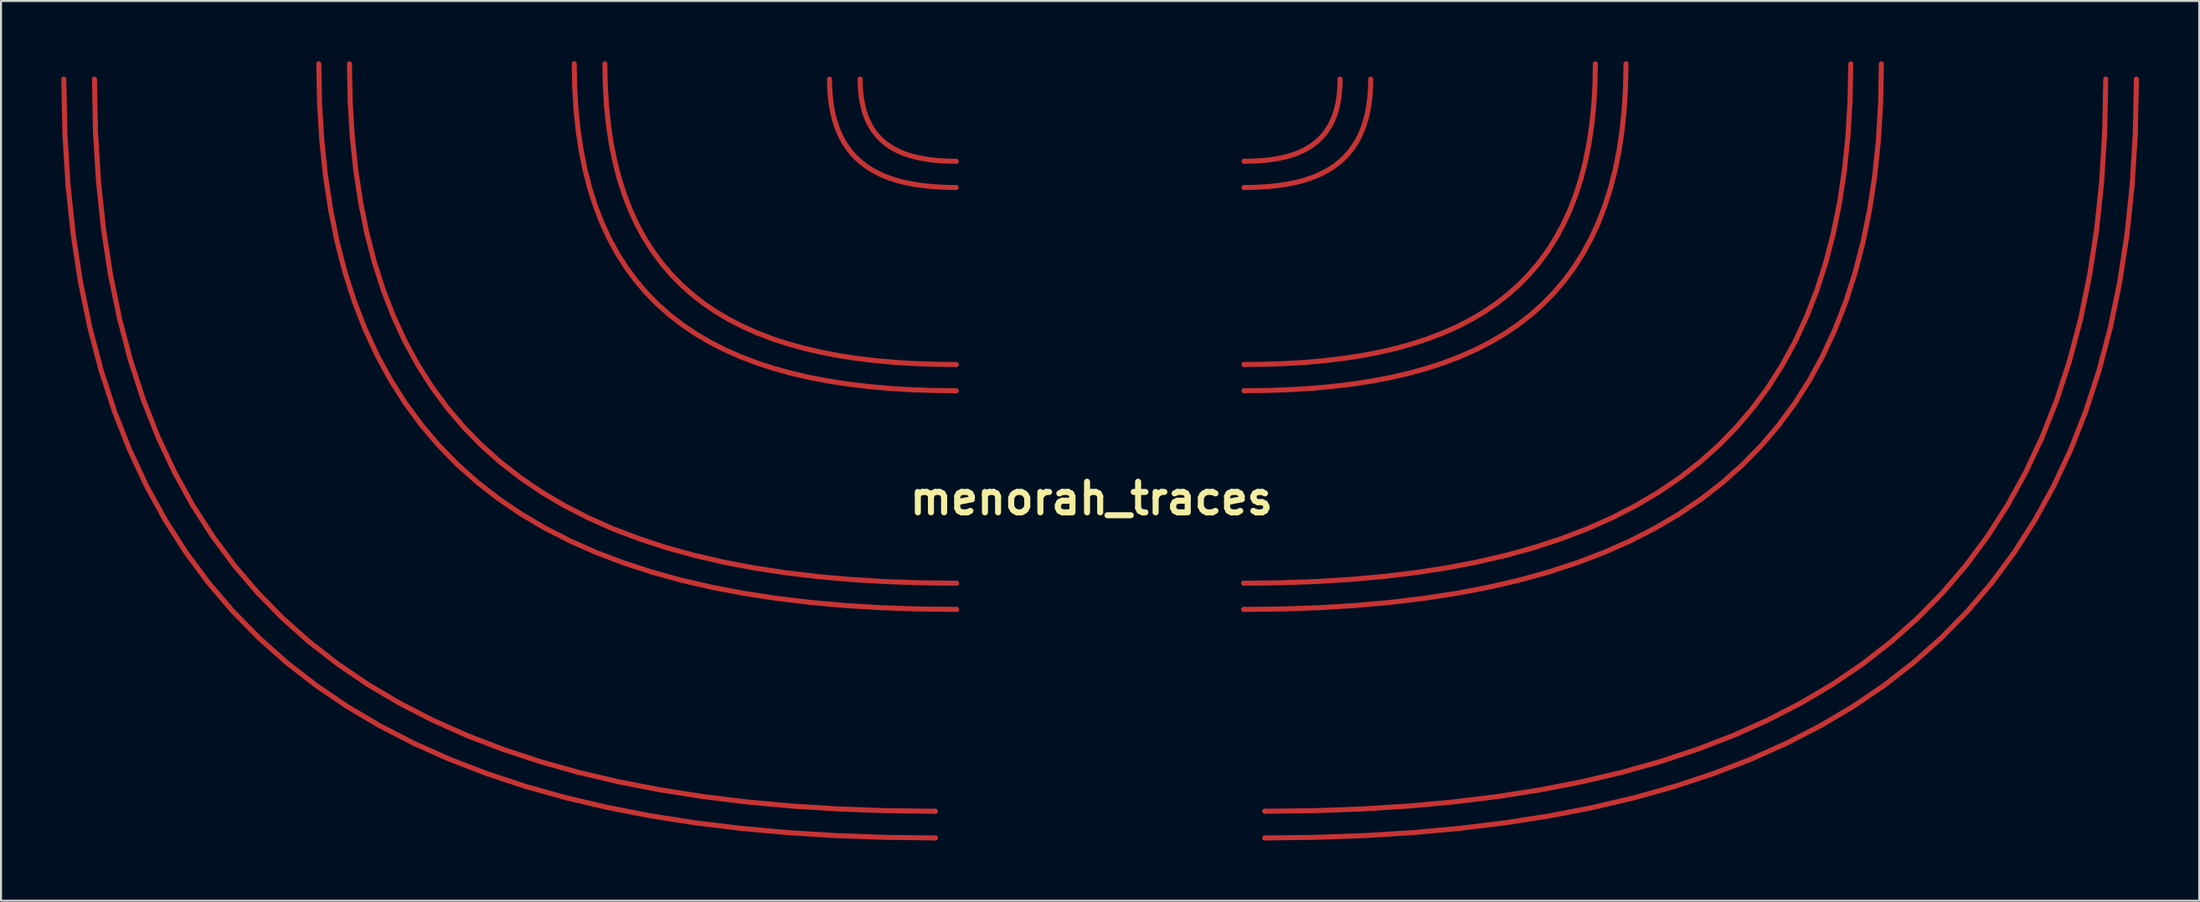
<source format=kicad_pcb>
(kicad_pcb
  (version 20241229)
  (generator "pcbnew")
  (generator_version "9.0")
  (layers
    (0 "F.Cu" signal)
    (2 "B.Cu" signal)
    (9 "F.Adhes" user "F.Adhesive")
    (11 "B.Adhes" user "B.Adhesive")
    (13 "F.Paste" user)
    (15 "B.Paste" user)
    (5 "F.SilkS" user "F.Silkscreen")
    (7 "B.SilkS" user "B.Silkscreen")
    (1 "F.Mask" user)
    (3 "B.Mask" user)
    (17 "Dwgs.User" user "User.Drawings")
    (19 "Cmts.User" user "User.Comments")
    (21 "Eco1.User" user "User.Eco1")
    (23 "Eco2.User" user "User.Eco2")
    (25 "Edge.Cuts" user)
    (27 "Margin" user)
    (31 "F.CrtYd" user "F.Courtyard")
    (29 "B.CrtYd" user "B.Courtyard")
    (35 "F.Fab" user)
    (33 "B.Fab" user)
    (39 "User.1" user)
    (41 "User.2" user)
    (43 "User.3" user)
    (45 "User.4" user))
  (footprint "menorah_traces"
    (layer "F.Cu")
    (at 51.248 21.771)
    (property "Reference" "menorah_traces" (at 0 0 0) (layer "F.SilkS") (effects (font (size 1.524 1.524) (thickness 0.3))))
    (attr through_hole)
    (pad "1" smd custom (at -51.123 -20.884) (size 0.25 0.25) (layers "F.Cu") (options (anchor circle)) (primitives (gr_line (start 0.053 2.711) (end 0.211 5.302) (width 0.25)) (gr_line (start 0.834 10.133) (end 1.297 12.378) (width 0.25)) (gr_line (start 3.269 18.453) (end 4.117 20.265) (width 0.25)) (gr_line (start 9.707 27.825) (end 11.084 29.051) (width 0.25)) (gr_line (start 11.084 29.051) (end 12.545 30.186) (width 0.25)) (gr_line (start 0.211 5.302) (end 0.472 7.775) (width 0.25)) (gr_line (start 12.545 30.186) (end 14.087 31.234) (width 0.25)) (gr_line (start 14.087 31.234) (end 15.71 32.195) (width 0.25)) (gr_line (start 15.71 32.195) (end 17.41 33.072) (width 0.25)) (gr_line (start 17.41 33.072) (end 19.187 33.867) (width 0.25)) (gr_line (start 0.472 7.775) (end 0.834 10.133) (width 0.25)) (gr_line (start 4.117 20.265) (end 5.056 21.974) (width 0.25)) (gr_line (start 5.056 21.974) (end 6.086 23.583) (width 0.25)) (gr_line (start 1.297 12.378) (end 1.858 14.511) (width 0.25)) (gr_line (start 2.516 16.535) (end 3.269 18.453) (width 0.25)) (gr_line (start 6.086 23.583) (end 7.206 25.093) (width 0.25)) (gr_line (start 7.206 25.093) (end 8.413 26.506) (width 0.25)) (gr_line (start 0.000331 0.001) (end 0.053 2.711) (width 0.25)) (gr_line (start 1.858 14.511) (end 2.516 16.535) (width 0.25)) (gr_line (start 8.413 26.506) (end 9.707 27.825) (width 0.25)) (gr_line (start 22.966 35.218) (end 24.964 35.779) (width 0.25)) (gr_line (start 38.38 37.668) (end 40.839 37.757) (width 0.25)) (gr_line (start 29.17 36.682) (end 31.375 37.028) (width 0.25)) (gr_line (start 24.964 35.779) (end 27.033 36.266) (width 0.25)) (gr_line (start 21.04 34.581) (end 22.966 35.218) (width 0.25)) (gr_line (start 40.839 37.757) (end 43.358 37.786) (width 0.25)) (gr_line (start 33.646 37.306) (end 35.982 37.519) (width 0.25)) (gr_line (start 19.187 33.867) (end 21.04 34.581) (width 0.25)) (gr_line (start 27.033 36.266) (end 29.17 36.682) (width 0.25)) (gr_line (start 31.375 37.028) (end 33.646 37.306) (width 0.25)) (gr_line (start 35.982 37.519) (end 38.38 37.668) (width 0.25))))
    (pad "2" smd custom (at -49.599 -20.884) (size 0.25 0.25) (layers "F.Cu") (options (anchor circle)) (primitives (gr_line (start 24.086 34.522) (end 26.082 34.992) (width 0.25)) (gr_line (start 0.051 2.616) (end 0.203 5.115) (width 0.25)) (gr_line (start 10.695 28.03) (end 12.104 29.125) (width 0.25)) (gr_line (start 0.805 9.777) (end 1.251 11.943) (width 0.25)) (gr_line (start 4.878 21.202) (end 5.873 22.754) (width 0.25)) (gr_line (start 0.203 5.115) (end 0.455 7.502) (width 0.25)) (gr_line (start 12.104 29.125) (end 13.592 30.136) (width 0.25)) (gr_line (start 30.273 35.726) (end 32.464 35.995) (width 0.25)) (gr_line (start 3.154 17.804) (end 3.972 19.553) (width 0.25)) (gr_line (start 1.251 11.943) (end 1.792 14.001) (width 0.25)) (gr_line (start 5.873 22.754) (end 6.953 24.211) (width 0.25)) (gr_line (start 9.365 26.847) (end 10.695 28.03) (width 0.25)) (gr_line (start 28.145 35.393) (end 30.273 35.726) (width 0.25)) (gr_line (start 34.717 36.2) (end 37.031 36.344) (width 0.25)) (gr_line (start 16.798 31.909) (end 18.513 32.676) (width 0.25)) (gr_line (start 0.000331 0.001) (end 0.051 2.616) (width 0.25)) (gr_line (start 6.953 24.211) (end 8.118 25.574) (width 0.25)) (gr_line (start 22.158 33.98) (end 24.086 34.522) (width 0.25)) (gr_line (start 3.972 19.553) (end 4.878 21.202) (width 0.25)) (gr_line (start 8.118 25.574) (end 9.365 26.847) (width 0.25)) (gr_line (start 15.157 31.063) (end 16.798 31.909) (width 0.25)) (gr_line (start 20.3 33.366) (end 22.158 33.98) (width 0.25)) (gr_line (start 26.082 34.992) (end 28.145 35.393) (width 0.25)) (gr_line (start 39.404 36.43) (end 41.834 36.457) (width 0.25)) (gr_line (start 1.792 14.001) (end 2.427 15.954) (width 0.25)) (gr_line (start 2.427 15.954) (end 3.154 17.804) (width 0.25)) (gr_line (start 0.455 7.502) (end 0.805 9.777) (width 0.25)) (gr_line (start 13.592 30.136) (end 15.157 31.063) (width 0.25)) (gr_line (start 18.513 32.676) (end 20.3 33.366) (width 0.25)) (gr_line (start 32.464 35.995) (end 34.717 36.2) (width 0.25)) (gr_line (start 37.031 36.344) (end 39.404 36.43) (width 0.25))))
    (pad "3" smd custom (at -38.438 -21.646) (size 0.25 0.25) (layers "F.Cu") (options (anchor circle)) (primitives (gr_line (start 15.136 24.843) (end 16.548 25.304) (width 0.25)) (gr_line (start 16.548 25.304) (end 18.018 25.711) (width 0.25)) (gr_line (start 2.908 14.524) (end 3.577 15.753) (width 0.25)) (gr_line (start 27.984 27.084) (end 29.829 27.148) (width 0.25)) (gr_line (start 2.306 13.222) (end 2.908 14.524) (width 0.25)) (gr_line (start 26.19 26.975) (end 27.984 27.084) (width 0.25)) (gr_line (start 3.577 15.753) (end 4.312 16.909) (width 0.25)) (gr_line (start 5.978 19.013) (end 6.907 19.963) (width 0.25)) (gr_line (start 0.038 1.94) (end 0.148 3.794) (width 0.25)) (gr_line (start 11.247 23.116) (end 12.485 23.75) (width 0.25)) (gr_line (start 0.148 3.794) (end 0.331 5.565) (width 0.25)) (gr_line (start 5.112 17.996) (end 5.978 19.013) (width 0.25)) (gr_line (start 6.907 19.963) (end 7.899 20.847) (width 0.25)) (gr_line (start 19.543 26.064) (end 21.124 26.366) (width 0.25)) (gr_line (start 0.586 7.255) (end 0.911 8.863) (width 0.25)) (gr_line (start 29.829 27.148) (end 31.725 27.169) (width 0.25)) (gr_line (start 0.331 5.565) (end 0.586 7.255) (width 0.25)) (gr_line (start 0.911 8.863) (end 1.307 10.393) (width 0.25)) (gr_line (start 21.124 26.366) (end 22.759 26.617) (width 0.25)) (gr_line (start 1.307 10.393) (end 1.772 11.846) (width 0.25)) (gr_line (start 8.954 21.666) (end 10.07 22.422) (width 0.25)) (gr_line (start 12.485 23.75) (end 13.781 24.325) (width 0.25)) (gr_line (start 4.312 16.909) (end 5.112 17.996) (width 0.25)) (gr_line (start 22.759 26.617) (end 24.448 26.82) (width 0.25)) (gr_line (start 1.772 11.846) (end 2.306 13.222) (width 0.25)) (gr_line (start 7.899 20.847) (end 8.954 21.666) (width 0.25)) (gr_line (start 13.781 24.325) (end 15.136 24.843) (width 0.25)) (gr_line (start 24.448 26.82) (end 26.19 26.975) (width 0.25)) (gr_line (start 0.001 0.001) (end 0.038 1.94) (width 0.25)) (gr_line (start 18.018 25.711) (end 19.543 26.064) (width 0.25)) (gr_line (start 10.07 22.422) (end 11.247 23.116) (width 0.25))))
    (pad "4" smd custom (at -36.911 -21.646) (size 0.25 0.25) (layers "F.Cu") (options (anchor circle)) (primitives (gr_line (start 1.685 11.277) (end 2.193 12.587) (width 0.25)) (gr_line (start 5.688 18.1) (end 6.573 19.004) (width 0.25)) (gr_line (start 2.193 12.587) (end 2.766 13.826) (width 0.25)) (gr_line (start 0.313 5.298) (end 0.555 6.906) (width 0.25)) (gr_line (start 4.864 17.131) (end 5.688 18.1) (width 0.25)) (gr_line (start 7.517 19.846) (end 8.521 20.625) (width 0.25)) (gr_line (start 3.402 14.996) (end 4.102 16.097) (width 0.25)) (gr_line (start 4.102 16.097) (end 4.864 17.131) (width 0.25)) (gr_line (start 9.584 21.345) (end 10.705 22.006) (width 0.25)) (gr_line (start -0.002 0.001) (end 0.033 1.847) (width 0.25)) (gr_line (start 0.555 6.906) (end 0.865 8.438) (width 0.25)) (gr_line (start 1.242 9.894) (end 1.685 11.277) (width 0.25)) (gr_line (start 13.116 23.157) (end 14.406 23.649) (width 0.25)) (gr_line (start 0.138 3.612) (end 0.313 5.298) (width 0.25)) (gr_line (start 10.705 22.006) (end 11.882 22.609) (width 0.25)) (gr_line (start 0.865 8.438) (end 1.242 9.894) (width 0.25)) (gr_line (start 6.573 19.004) (end 7.517 19.846) (width 0.25)) (gr_line (start 11.882 22.609) (end 13.116 23.157) (width 0.25)) (gr_line (start 14.406 23.649) (end 15.751 24.089) (width 0.25)) (gr_line (start 2.766 13.826) (end 3.402 14.996) (width 0.25)) (gr_line (start 8.521 20.625) (end 9.584 21.345) (width 0.25)) (gr_line (start 0.033 1.847) (end 0.138 3.612) (width 0.25)) (gr_line (start 20.106 25.1) (end 21.663 25.339) (width 0.25)) (gr_line (start 28.394 25.844) (end 30.199 25.864) (width 0.25)) (gr_line (start 26.637 25.783) (end 28.394 25.844) (width 0.25)) (gr_line (start 24.929 25.679) (end 26.637 25.783) (width 0.25)) (gr_line (start 17.15 24.476) (end 18.602 24.812) (width 0.25)) (gr_line (start 18.602 24.812) (end 20.106 25.1) (width 0.25)) (gr_line (start 15.751 24.089) (end 17.15 24.476) (width 0.25)) (gr_line (start 21.663 25.339) (end 23.271 25.532) (width 0.25)) (gr_line (start 23.271 25.532) (end 24.929 25.679) (width 0.25))))
    (pad "5" smd custom (at -25.73 -21.643) (size 0.25 0.25) (layers "F.Cu") (options (anchor circle)) (primitives (gr_line (start 2.14 9.437) (end 2.58 10.13) (width 0.25)) (gr_line (start 2.58 10.13) (end 3.059 10.781) (width 0.25)) (gr_line (start 4.727 12.489) (end 5.359 12.98) (width 0.25)) (gr_line (start 6.027 13.433) (end 6.732 13.849) (width 0.25)) (gr_line (start 9.061 14.884) (end 9.907 15.16) (width 0.25)) (gr_line (start 0.022 1.16) (end 0.088 2.271) (width 0.25)) (gr_line (start 0.088 2.271) (end 0.197 3.332) (width 0.25)) (gr_line (start 0.197 3.332) (end 0.35 4.345) (width 0.25)) (gr_line (start 1.06 7.096) (end 1.379 7.921) (width 0.25)) (gr_line (start -0.000349 -0.002) (end 0.022 1.16) (width 0.25)) (gr_line (start 0.544 5.309) (end 0.781 6.226) (width 0.25)) (gr_line (start 0.35 4.345) (end 0.544 5.309) (width 0.25)) (gr_line (start 1.379 7.921) (end 1.739 8.701) (width 0.25)) (gr_line (start 1.739 8.701) (end 2.14 9.437) (width 0.25)) (gr_line (start 3.577 11.391) (end 4.133 11.96) (width 0.25)) (gr_line (start 4.133 11.96) (end 4.727 12.489) (width 0.25)) (gr_line (start 5.359 12.98) (end 6.027 13.433) (width 0.25)) (gr_line (start 6.732 13.849) (end 7.473 14.229) (width 0.25)) (gr_line (start 8.249 14.574) (end 9.061 14.884) (width 0.25)) (gr_line (start 3.059 10.781) (end 3.577 11.391) (width 0.25)) (gr_line (start 7.473 14.229) (end 8.249 14.574) (width 0.25)) (gr_line (start 9.907 15.16) (end 10.787 15.404) (width 0.25)) (gr_line (start 0.781 6.226) (end 1.06 7.096) (width 0.25)) (gr_line (start 10.787 15.404) (end 11.7 15.616) (width 0.25)) (gr_line (start 16.757 16.227) (end 17.863 16.265) (width 0.25)) (gr_line (start 11.7 15.616) (end 12.647 15.796) (width 0.25)) (gr_line (start 13.627 15.947) (end 14.639 16.068) (width 0.25)) (gr_line (start 15.682 16.161) (end 16.757 16.227) (width 0.25)) (gr_line (start 12.647 15.796) (end 13.627 15.947) (width 0.25)) (gr_line (start 17.863 16.265) (end 18.999 16.278) (width 0.25)) (gr_line (start 14.639 16.068) (end 15.682 16.161) (width 0.25))))
    (pad "6" smd custom (at -13.03 -20.884) (size 0.25 0.25) (layers "F.Cu") (options (anchor circle)) (primitives (gr_line (start 3.284 5.028) (end 3.576 5.109) (width 0.25)) (gr_line (start 3.576 5.109) (end 3.879 5.179) (width 0.25)) (gr_line (start -0.000349 0.001) (end 0.007 0.386) (width 0.25)) (gr_line (start 0.065 1.106) (end 0.116 1.442) (width 0.25)) (gr_line (start 0.259 2.065) (end 0.351 2.354) (width 0.25)) (gr_line (start 0.576 2.886) (end 0.709 3.13) (width 0.25)) (gr_line (start 0.007 0.386) (end 0.029 0.754) (width 0.25)) (gr_line (start 0.18 1.762) (end 0.259 2.065) (width 0.25)) (gr_line (start 0.709 3.13) (end 0.855 3.36) (width 0.25)) (gr_line (start 1.567 4.142) (end 1.777 4.305) (width 0.25)) (gr_line (start 1.777 4.305) (end 1.998 4.455) (width 0.25)) (gr_line (start 1.998 4.455) (end 2.232 4.593) (width 0.25)) (gr_line (start 3.879 5.179) (end 4.193 5.239) (width 0.25)) (gr_line (start 0.457 2.627) (end 0.576 2.886) (width 0.25)) (gr_line (start 4.193 5.239) (end 4.518 5.289) (width 0.25)) (gr_line (start 0.855 3.36) (end 1.014 3.576) (width 0.25)) (gr_line (start 0.351 2.354) (end 0.457 2.627) (width 0.25)) (gr_line (start 3.004 4.936) (end 3.284 5.028) (width 0.25)) (gr_line (start 2.735 4.833) (end 3.004 4.936) (width 0.25)) (gr_line (start 0.116 1.442) (end 0.18 1.762) (width 0.25)) (gr_line (start 0.029 0.754) (end 0.065 1.106) (width 0.25)) (gr_line (start 1.014 3.576) (end 1.186 3.778) (width 0.25)) (gr_line (start 1.186 3.778) (end 1.37 3.967) (width 0.25)) (gr_line (start 1.37 3.967) (end 1.567 4.142) (width 0.25)) (gr_line (start 2.232 4.593) (end 2.477 4.719) (width 0.25)) (gr_line (start 2.477 4.719) (end 2.735 4.833) (width 0.25)) (gr_line (start 5.556 5.381) (end 5.922 5.394) (width 0.25)) (gr_line (start 4.518 5.289) (end 4.853 5.329) (width 0.25)) (gr_line (start 5.922 5.394) (end 6.299 5.398) (width 0.25)) (gr_line (start 4.853 5.329) (end 5.199 5.36) (width 0.25)) (gr_line (start 5.199 5.36) (end 5.556 5.381) (width 0.25))))
    (pad "7" smd custom (at -24.206 -21.643) (size 0.25 0.25) (layers "F.Cu") (options (anchor circle)) (primitives (gr_line (start 0.719 5.726) (end 0.975 6.527) (width 0.25)) (gr_line (start 2.814 9.916) (end 3.29 10.477) (width 0.25)) (gr_line (start -0.000349 -0.002) (end 0.02 1.067) (width 0.25)) (gr_line (start 4.348 11.487) (end 4.929 11.939) (width 0.25)) (gr_line (start 3.29 10.477) (end 3.802 11) (width 0.25)) (gr_line (start 6.874 13.088) (end 7.588 13.404) (width 0.25)) (gr_line (start 14.424 14.865) (end 15.413 14.925) (width 0.25)) (gr_line (start 11.633 14.529) (end 12.534 14.668) (width 0.25)) (gr_line (start 0.501 4.883) (end 0.719 5.726) (width 0.25)) (gr_line (start 0.02 1.067) (end 0.081 2.089) (width 0.25)) (gr_line (start 0.081 2.089) (end 0.181 3.065) (width 0.25)) (gr_line (start 0.321 3.996) (end 0.501 4.883) (width 0.25)) (gr_line (start 9.112 13.944) (end 9.921 14.168) (width 0.25)) (gr_line (start 7.588 13.404) (end 8.334 13.69) (width 0.25)) (gr_line (start 1.968 8.68) (end 2.373 9.317) (width 0.25)) (gr_line (start 8.334 13.69) (end 9.112 13.944) (width 0.25)) (gr_line (start 15.413 14.925) (end 16.43 14.96) (width 0.25)) (gr_line (start 3.802 11) (end 4.348 11.487) (width 0.25)) (gr_line (start 10.762 14.363) (end 11.633 14.529) (width 0.25)) (gr_line (start 1.269 7.285) (end 1.6 8.003) (width 0.25)) (gr_line (start 1.6 8.003) (end 1.968 8.68) (width 0.25)) (gr_line (start 5.544 12.356) (end 6.192 12.738) (width 0.25)) (gr_line (start 12.534 14.668) (end 13.464 14.779) (width 0.25)) (gr_line (start 2.373 9.317) (end 2.814 9.916) (width 0.25)) (gr_line (start 6.192 12.738) (end 6.874 13.088) (width 0.25)) (gr_line (start 0.181 3.065) (end 0.321 3.996) (width 0.25)) (gr_line (start 4.929 11.939) (end 5.544 12.356) (width 0.25)) (gr_line (start 13.464 14.779) (end 14.424 14.865) (width 0.25)) (gr_line (start 16.43 14.96) (end 17.475 14.972) (width 0.25)) (gr_line (start 9.921 14.168) (end 10.762 14.363) (width 0.25)) (gr_line (start 0.975 6.527) (end 1.269 7.285) (width 0.25))))
    (pad "8" smd custom (at -11.506 -20.884) (size 0.25 0.25) (layers "F.Cu") (options (anchor circle)) (primitives (gr_line (start 0.196 1.566) (end 0.266 1.785) (width 0.25)) (gr_line (start 0.266 1.785) (end 0.346 1.992) (width 0.25)) (gr_line (start 1.692 3.482) (end 1.878 3.578) (width 0.25)) (gr_line (start 1.188 3.14) (end 1.347 3.264) (width 0.25)) (gr_line (start 1.878 3.578) (end 2.073 3.664) (width 0.25)) (gr_line (start 1.515 3.378) (end 1.692 3.482) (width 0.25)) (gr_line (start 0.769 2.711) (end 0.899 2.864) (width 0.25)) (gr_line (start 2.073 3.664) (end 2.277 3.742) (width 0.25)) (gr_line (start 2.49 3.812) (end 2.711 3.873) (width 0.25)) (gr_line (start -0.000349 0.001) (end 0.005 0.293) (width 0.25)) (gr_line (start 0.005 0.293) (end 0.022 0.572) (width 0.25)) (gr_line (start 0.022 0.572) (end 0.049 0.839) (width 0.25)) (gr_line (start 0.049 0.839) (end 0.088 1.093) (width 0.25)) (gr_line (start 0.538 2.373) (end 0.648 2.547) (width 0.25)) (gr_line (start 1.347 3.264) (end 1.515 3.378) (width 0.25)) (gr_line (start 2.711 3.873) (end 2.94 3.926) (width 0.25)) (gr_line (start 1.039 3.007) (end 1.188 3.14) (width 0.25)) (gr_line (start 0.088 1.093) (end 0.137 1.336) (width 0.25)) (gr_line (start 2.277 3.742) (end 2.49 3.812) (width 0.25)) (gr_line (start 4.211 4.08) (end 4.489 4.089) (width 0.25)) (gr_line (start 2.94 3.926) (end 3.178 3.971) (width 0.25)) (gr_line (start 0.648 2.547) (end 0.769 2.711) (width 0.25)) (gr_line (start 0.346 1.992) (end 0.437 2.188) (width 0.25)) (gr_line (start 0.899 2.864) (end 1.039 3.007) (width 0.25)) (gr_line (start 0.137 1.336) (end 0.196 1.566) (width 0.25)) (gr_line (start 0.437 2.188) (end 0.538 2.373) (width 0.25)) (gr_line (start 3.178 3.971) (end 3.425 4.009) (width 0.25)) (gr_line (start 3.425 4.009) (end 3.679 4.04) (width 0.25)) (gr_line (start 4.489 4.089) (end 4.775 4.092) (width 0.25)) (gr_line (start 3.679 4.04) (end 3.941 4.063) (width 0.25)) (gr_line (start 3.941 4.063) (end 4.211 4.08) (width 0.25))))
    (pad "9" smd custom (at 12.37 -20.884) (size 0.25 0.25) (layers "F.Cu") (options (anchor circle)) (primitives (gr_line (start -0.049 0.839) (end -0.087 1.093) (width 0.25)) (gr_line (start -1.692 3.482) (end -1.878 3.578) (width 0.25)) (gr_line (start -0.648 2.547) (end -0.768 2.711) (width 0.25)) (gr_line (start -1.038 3.007) (end -1.188 3.14) (width 0.25)) (gr_line (start -3.425 4.009) (end -3.679 4.04) (width 0.25)) (gr_line (start -3.679 4.04) (end -3.941 4.063) (width 0.25)) (gr_line (start -4.489 4.089) (end -4.775 4.092) (width 0.25)) (gr_line (start -0.266 1.785) (end -0.346 1.992) (width 0.25)) (gr_line (start -4.211 4.08) (end -4.489 4.089) (width 0.25)) (gr_line (start -2.49 3.812) (end -2.711 3.873) (width 0.25)) (gr_line (start -0.136 1.336) (end -0.196 1.566) (width 0.25)) (gr_line (start -2.711 3.873) (end -2.94 3.926) (width 0.25)) (gr_line (start -2.94 3.926) (end -3.178 3.971) (width 0.25)) (gr_line (start -3.178 3.971) (end -3.425 4.009) (width 0.25)) (gr_line (start -1.878 3.578) (end -2.073 3.664) (width 0.25)) (gr_line (start -0.196 1.566) (end -0.266 1.785) (width 0.25)) (gr_line (start -1.188 3.14) (end -1.347 3.264) (width 0.25)) (gr_line (start -0.437 2.188) (end -0.537 2.373) (width 0.25)) (gr_line (start -2.073 3.664) (end -2.277 3.742) (width 0.25)) (gr_line (start -0.346 1.992) (end -0.437 2.188) (width 0.25)) (gr_line (start -0.005 0.293) (end -0.022 0.572) (width 0.25)) (gr_line (start -0.087 1.093) (end -0.136 1.336) (width 0.25)) (gr_line (start -0.537 2.373) (end -0.648 2.547) (width 0.25)) (gr_line (start -1.515 3.378) (end -1.692 3.482) (width 0.25)) (gr_line (start -2.277 3.742) (end -2.49 3.812) (width 0.25)) (gr_line (start -0.899 2.864) (end -1.038 3.007) (width 0.25)) (gr_line (start -3.941 4.063) (end -4.211 4.08) (width 0.25)) (gr_line (start -1.347 3.264) (end -1.515 3.378) (width 0.25)) (gr_line (start -0.022 0.572) (end -0.049 0.839) (width 0.25)) (gr_line (start -0.768 2.711) (end -0.899 2.864) (width 0.25)) (gr_line (start 0.00045 0.001) (end -0.005 0.293) (width 0.25))))
    (pad "10" smd custom (at 13.894 -20.884) (size 0.25 0.25) (layers "F.Cu") (options (anchor circle)) (primitives (gr_line (start -0.576 2.886) (end -0.709 3.13) (width 0.25)) (gr_line (start -0.709 3.13) (end -0.855 3.36) (width 0.25)) (gr_line (start -0.855 3.36) (end -1.014 3.576) (width 0.25)) (gr_line (start -1.014 3.576) (end -1.186 3.778) (width 0.25)) (gr_line (start -0.007 0.386) (end -0.029 0.754) (width 0.25)) (gr_line (start -0.065 1.106) (end -0.116 1.442) (width 0.25)) (gr_line (start -0.116 1.442) (end -0.18 1.762) (width 0.25)) (gr_line (start -0.18 1.762) (end -0.259 2.065) (width 0.25)) (gr_line (start -0.259 2.065) (end -0.351 2.354) (width 0.25)) (gr_line (start -1.186 3.778) (end -1.37 3.967) (width 0.25)) (gr_line (start -1.37 3.967) (end -1.567 4.142) (width 0.25)) (gr_line (start -0.029 0.754) (end -0.065 1.106) (width 0.25)) (gr_line (start -0.351 2.354) (end -0.457 2.627) (width 0.25)) (gr_line (start -1.567 4.142) (end -1.776 4.305) (width 0.25)) (gr_line (start -1.776 4.305) (end -1.998 4.455) (width 0.25)) (gr_line (start -1.998 4.455) (end -2.232 4.593) (width 0.25)) (gr_line (start 0.00045 0.001) (end -0.007 0.386) (width 0.25)) (gr_line (start -0.457 2.627) (end -0.576 2.886) (width 0.25)) (gr_line (start -3.004 4.936) (end -3.284 5.028) (width 0.25)) (gr_line (start -2.232 4.593) (end -2.477 4.719) (width 0.25)) (gr_line (start -3.284 5.028) (end -3.576 5.109) (width 0.25)) (gr_line (start -2.735 4.833) (end -3.004 4.936) (width 0.25)) (gr_line (start -3.576 5.109) (end -3.879 5.179) (width 0.25)) (gr_line (start -4.193 5.239) (end -4.518 5.289) (width 0.25)) (gr_line (start -2.477 4.719) (end -2.735 4.833) (width 0.25)) (gr_line (start -4.518 5.289) (end -4.853 5.329) (width 0.25)) (gr_line (start -3.879 5.179) (end -4.193 5.239) (width 0.25)) (gr_line (start -4.853 5.329) (end -5.199 5.36) (width 0.25)) (gr_line (start -5.199 5.36) (end -5.555 5.381) (width 0.25)) (gr_line (start -5.555 5.381) (end -5.922 5.394) (width 0.25)) (gr_line (start -5.922 5.394) (end -6.299 5.398) (width 0.25))))
    (pad "11" smd custom (at 25.07 -21.646) (size 0.25 0.25) (layers "F.Cu") (options (anchor circle)) (primitives (gr_line (start -0.181 3.068) (end -0.321 3.999) (width 0.25)) (gr_line (start -1.6 8.005) (end -1.968 8.682) (width 0.25)) (gr_line (start -6.873 13.09) (end -7.588 13.407) (width 0.25)) (gr_line (start -0.718 5.729) (end -0.975 6.529) (width 0.25)) (gr_line (start 0.00045 0.001) (end -0.02 1.069) (width 0.25)) (gr_line (start -2.813 9.919) (end -3.29 10.479) (width 0.25)) (gr_line (start -3.29 10.479) (end -3.802 11.003) (width 0.25)) (gr_line (start -0.321 3.999) (end -0.501 4.885) (width 0.25)) (gr_line (start -1.268 7.288) (end -1.6 8.005) (width 0.25)) (gr_line (start -6.192 12.741) (end -6.873 13.09) (width 0.25)) (gr_line (start -7.588 13.407) (end -8.334 13.692) (width 0.25)) (gr_line (start -14.424 14.867) (end -15.413 14.927) (width 0.25)) (gr_line (start -15.413 14.927) (end -16.43 14.963) (width 0.25)) (gr_line (start -2.373 9.32) (end -2.813 9.919) (width 0.25)) (gr_line (start -0.02 1.069) (end -0.081 2.091) (width 0.25)) (gr_line (start -3.802 11.003) (end -4.348 11.49) (width 0.25)) (gr_line (start -1.968 8.682) (end -2.373 9.32) (width 0.25)) (gr_line (start -10.762 14.365) (end -11.633 14.532) (width 0.25)) (gr_line (start -9.921 14.171) (end -10.762 14.365) (width 0.25)) (gr_line (start -0.975 6.529) (end -1.268 7.288) (width 0.25)) (gr_line (start -8.334 13.692) (end -9.112 13.946) (width 0.25)) (gr_line (start -9.112 13.946) (end -9.921 14.171) (width 0.25)) (gr_line (start -0.081 2.091) (end -0.181 3.068) (width 0.25)) (gr_line (start -0.501 4.885) (end -0.718 5.729) (width 0.25)) (gr_line (start -4.348 11.49) (end -4.929 11.941) (width 0.25)) (gr_line (start -4.929 11.941) (end -5.544 12.358) (width 0.25)) (gr_line (start -11.633 14.532) (end -12.534 14.67) (width 0.25)) (gr_line (start -13.464 14.782) (end -14.424 14.867) (width 0.25)) (gr_line (start -5.544 12.358) (end -6.192 12.741) (width 0.25)) (gr_line (start -16.43 14.963) (end -17.475 14.974) (width 0.25)) (gr_line (start -12.534 14.67) (end -13.464 14.782) (width 0.25))))
    (pad "12" smd custom (at 26.594 -21.646) (size 0.25 0.25) (layers "F.Cu") (options (anchor circle)) (primitives (gr_line (start -6.732 13.852) (end -7.473 14.232) (width 0.25)) (gr_line (start -5.359 12.983) (end -6.027 13.436) (width 0.25)) (gr_line (start -9.907 15.163) (end -10.787 15.406) (width 0.25)) (gr_line (start -15.682 16.164) (end -16.757 16.229) (width 0.25)) (gr_line (start -12.647 15.799) (end -13.627 15.95) (width 0.25)) (gr_line (start -10.787 15.406) (end -11.7 15.618) (width 0.25)) (gr_line (start -11.7 15.618) (end -12.647 15.799) (width 0.25)) (gr_line (start -6.027 13.436) (end -6.732 13.852) (width 0.25)) (gr_line (start -14.638 16.071) (end -15.682 16.164) (width 0.25)) (gr_line (start -8.249 14.576) (end -9.061 14.886) (width 0.25)) (gr_line (start -16.757 16.229) (end -17.863 16.268) (width 0.25)) (gr_line (start -9.061 14.886) (end -9.907 15.163) (width 0.25)) (gr_line (start -17.863 16.268) (end -18.999 16.28) (width 0.25)) (gr_line (start -7.473 14.232) (end -8.249 14.576) (width 0.25)) (gr_line (start -13.627 15.95) (end -14.638 16.071) (width 0.25)) (gr_line (start -3.059 10.783) (end -3.577 11.393) (width 0.25)) (gr_line (start -3.577 11.393) (end -4.133 11.962) (width 0.25)) (gr_line (start -4.133 11.962) (end -4.727 12.492) (width 0.25)) (gr_line (start -4.727 12.492) (end -5.359 12.983) (width 0.25)) (gr_line (start -1.739 8.703) (end -2.14 9.439) (width 0.25)) (gr_line (start -0.022 1.163) (end -0.088 2.274) (width 0.25)) (gr_line (start -0.197 3.335) (end -0.349 4.347) (width 0.25)) (gr_line (start -0.349 4.347) (end -0.544 5.311) (width 0.25)) (gr_line (start -0.544 5.311) (end -0.781 6.228) (width 0.25)) (gr_line (start 0.000449 0.001) (end -0.022 1.163) (width 0.25)) (gr_line (start -1.06 7.098) (end -1.379 7.923) (width 0.25)) (gr_line (start -1.379 7.923) (end -1.739 8.703) (width 0.25)) (gr_line (start -2.14 9.439) (end -2.58 10.133) (width 0.25)) (gr_line (start -2.58 10.133) (end -3.059 10.783) (width 0.25)) (gr_line (start -0.088 2.274) (end -0.197 3.335) (width 0.25)) (gr_line (start -0.781 6.228) (end -1.06 7.098) (width 0.25))))
    (pad "13" smd custom (at 37.777 -21.646) (size 0.25 0.25) (layers "F.Cu") (options (anchor circle)) (primitives (gr_line (start -5.69 18.1) (end -6.575 19.004) (width 0.25)) (gr_line (start -23.273 25.532) (end -24.932 25.679) (width 0.25)) (gr_line (start -8.524 20.625) (end -9.587 21.345) (width 0.25)) (gr_line (start -15.753 24.089) (end -17.152 24.476) (width 0.25)) (gr_line (start -24.932 25.679) (end -26.64 25.783) (width 0.25)) (gr_line (start -6.575 19.004) (end -7.52 19.846) (width 0.25)) (gr_line (start -3.405 14.996) (end -4.105 16.097) (width 0.25)) (gr_line (start -13.119 23.157) (end -14.409 23.649) (width 0.25)) (gr_line (start -9.587 21.345) (end -10.707 22.006) (width 0.25)) (gr_line (start -17.152 24.476) (end -18.604 24.812) (width 0.25)) (gr_line (start -21.666 25.339) (end -23.273 25.532) (width 0.25)) (gr_line (start -4.867 17.131) (end -5.69 18.1) (width 0.25)) (gr_line (start -18.604 24.812) (end -20.109 25.1) (width 0.25)) (gr_line (start -14.409 23.649) (end -15.753 24.089) (width 0.25)) (gr_line (start -20.109 25.1) (end -21.666 25.339) (width 0.25)) (gr_line (start -4.105 16.097) (end -4.867 17.131) (width 0.25)) (gr_line (start -28.396 25.844) (end -30.201 25.864) (width 0.25)) (gr_line (start -10.707 22.006) (end -11.885 22.609) (width 0.25)) (gr_line (start -26.64 25.783) (end -28.396 25.844) (width 0.25)) (gr_line (start -11.885 22.609) (end -13.119 23.157) (width 0.25)) (gr_line (start -7.52 19.846) (end -8.524 20.625) (width 0.25)) (gr_line (start -0.001 0.001) (end -0.036 1.847) (width 0.25)) (gr_line (start -0.036 1.847) (end -0.141 3.612) (width 0.25)) (gr_line (start -0.141 3.612) (end -0.315 5.298) (width 0.25)) (gr_line (start -0.557 6.906) (end -0.867 8.438) (width 0.25)) (gr_line (start -0.867 8.438) (end -1.244 9.894) (width 0.25)) (gr_line (start -0.315 5.298) (end -0.557 6.906) (width 0.25)) (gr_line (start -1.244 9.894) (end -1.687 11.277) (width 0.25)) (gr_line (start -1.687 11.277) (end -2.195 12.587) (width 0.25)) (gr_line (start -2.195 12.587) (end -2.768 13.826) (width 0.25)) (gr_line (start -2.768 13.826) (end -3.405 14.996) (width 0.25))))
    (pad "14" smd custom (at 39.301 -21.646) (size 0.25 0.25) (layers "F.Cu") (options (anchor circle)) (primitives (gr_line (start -22.759 26.617) (end -24.448 26.82) (width 0.25)) (gr_line (start -0.585 7.255) (end -0.911 8.863) (width 0.25)) (gr_line (start -11.247 23.116) (end -12.485 23.75) (width 0.25)) (gr_line (start -7.899 20.847) (end -8.954 21.666) (width 0.25)) (gr_line (start -13.781 24.325) (end -15.136 24.843) (width 0.25)) (gr_line (start -19.543 26.064) (end -21.124 26.366) (width 0.25)) (gr_line (start -24.448 26.82) (end -26.19 26.975) (width 0.25)) (gr_line (start -1.772 11.846) (end -2.306 13.222) (width 0.25)) (gr_line (start -18.017 25.711) (end -19.543 26.064) (width 0.25)) (gr_line (start -1.307 10.393) (end -1.772 11.846) (width 0.25)) (gr_line (start -2.908 14.524) (end -3.577 15.753) (width 0.25)) (gr_line (start -5.112 17.996) (end -5.978 19.013) (width 0.25)) (gr_line (start -8.954 21.666) (end -10.07 22.422) (width 0.25)) (gr_line (start -0.001 0.001) (end -0.038 1.94) (width 0.25)) (gr_line (start -15.136 24.843) (end -16.548 25.304) (width 0.25)) (gr_line (start -27.984 27.084) (end -29.829 27.148) (width 0.25)) (gr_line (start -0.331 5.565) (end -0.585 7.255) (width 0.25)) (gr_line (start -6.907 19.963) (end -7.899 20.847) (width 0.25)) (gr_line (start -10.07 22.422) (end -11.247 23.116) (width 0.25)) (gr_line (start -0.148 3.794) (end -0.331 5.565) (width 0.25)) (gr_line (start -0.911 8.863) (end -1.307 10.393) (width 0.25)) (gr_line (start -4.312 16.909) (end -5.112 17.996) (width 0.25)) (gr_line (start -12.485 23.75) (end -13.781 24.325) (width 0.25)) (gr_line (start -26.19 26.975) (end -27.984 27.084) (width 0.25)) (gr_line (start -5.978 19.013) (end -6.907 19.963) (width 0.25)) (gr_line (start -16.548 25.304) (end -18.017 25.711) (width 0.25)) (gr_line (start -0.038 1.94) (end -0.148 3.794) (width 0.25)) (gr_line (start -2.306 13.222) (end -2.908 14.524) (width 0.25)) (gr_line (start -3.577 15.753) (end -4.312 16.909) (width 0.25)) (gr_line (start -21.124 26.366) (end -22.759 26.617) (width 0.25)) (gr_line (start -29.829 27.148) (end -31.725 27.169) (width 0.25))))
    (pad "15" smd custom (at 50.462 -20.884) (size 0.25 0.25) (layers "F.Cu") (options (anchor circle)) (primitives (gr_line (start -34.717 36.2) (end -37.031 36.344) (width 0.25)) (gr_line (start -3.154 17.804) (end -3.972 19.553) (width 0.25)) (gr_line (start -8.117 25.574) (end -9.365 26.847) (width 0.25)) (gr_line (start -18.513 32.676) (end -20.3 33.366) (width 0.25)) (gr_line (start -39.404 36.43) (end -41.834 36.457) (width 0.25)) (gr_line (start -12.104 29.125) (end -13.592 30.136) (width 0.25)) (gr_line (start -5.872 22.754) (end -6.953 24.211) (width 0.25)) (gr_line (start -4.878 21.202) (end -5.872 22.754) (width 0.25)) (gr_line (start -0.455 7.502) (end -0.805 9.777) (width 0.25)) (gr_line (start -32.464 35.995) (end -34.717 36.2) (width 0.25)) (gr_line (start -9.365 26.847) (end -10.695 28.03) (width 0.25)) (gr_line (start -0.805 9.777) (end -1.251 11.943) (width 0.25)) (gr_line (start -1.251 11.943) (end -1.792 14.001) (width 0.25)) (gr_line (start -1.792 14.001) (end -2.427 15.954) (width 0.25)) (gr_line (start -0.00023 0.001) (end -0.051 2.616) (width 0.25)) (gr_line (start -37.031 36.344) (end -39.404 36.43) (width 0.25)) (gr_line (start -0.051 2.616) (end -0.203 5.115) (width 0.25)) (gr_line (start -10.695 28.03) (end -12.104 29.125) (width 0.25)) (gr_line (start -20.3 33.366) (end -22.158 33.98) (width 0.25)) (gr_line (start -22.158 33.98) (end -24.086 34.522) (width 0.25)) (gr_line (start -0.203 5.115) (end -0.455 7.502) (width 0.25)) (gr_line (start -13.592 30.136) (end -15.157 31.063) (width 0.25)) (gr_line (start -16.798 31.909) (end -18.513 32.676) (width 0.25)) (gr_line (start -24.086 34.522) (end -26.082 34.992) (width 0.25)) (gr_line (start -26.082 34.992) (end -28.145 35.393) (width 0.25)) (gr_line (start -3.972 19.553) (end -4.878 21.202) (width 0.25)) (gr_line (start -6.953 24.211) (end -8.117 25.574) (width 0.25)) (gr_line (start -15.157 31.063) (end -16.798 31.909) (width 0.25)) (gr_line (start -28.145 35.393) (end -30.272 35.726) (width 0.25)) (gr_line (start -2.427 15.954) (end -3.154 17.804) (width 0.25)) (gr_line (start -30.272 35.726) (end -32.464 35.995) (width 0.25))))
    (pad "16" smd custom (at 51.986 -20.884) (size 0.25 0.25) (layers "F.Cu") (options (anchor circle)) (primitives (gr_line (start -7.206 25.093) (end -8.413 26.506) (width 0.25)) (gr_line (start -9.706 27.825) (end -11.084 29.051) (width 0.25)) (gr_line (start -0.211 5.302) (end -0.472 7.775) (width 0.25)) (gr_line (start -0.472 7.775) (end -0.834 10.133) (width 0.25)) (gr_line (start -0.053 2.711) (end -0.211 5.302) (width 0.25)) (gr_line (start -0.834 10.133) (end -1.297 12.378) (width 0.25)) (gr_line (start -1.858 14.511) (end -2.516 16.535) (width 0.25)) (gr_line (start -0.00023 0.001) (end -0.053 2.711) (width 0.25)) (gr_line (start -2.516 16.535) (end -3.269 18.453) (width 0.25)) (gr_line (start -11.084 29.051) (end -12.545 30.186) (width 0.25)) (gr_line (start -12.545 30.186) (end -14.087 31.234) (width 0.25)) (gr_line (start -14.087 31.234) (end -15.709 32.195) (width 0.25)) (gr_line (start -15.709 32.195) (end -17.41 33.072) (width 0.25)) (gr_line (start -1.297 12.378) (end -1.858 14.511) (width 0.25)) (gr_line (start -17.41 33.072) (end -19.187 33.867) (width 0.25)) (gr_line (start -8.413 26.506) (end -9.706 27.825) (width 0.25)) (gr_line (start -3.269 18.453) (end -4.116 20.265) (width 0.25)) (gr_line (start -4.116 20.265) (end -5.056 21.974) (width 0.25)) (gr_line (start -5.056 21.974) (end -6.086 23.583) (width 0.25)) (gr_line (start -6.086 23.583) (end -7.206 25.093) (width 0.25)) (gr_line (start -24.964 35.779) (end -27.032 36.266) (width 0.25)) (gr_line (start -31.375 37.028) (end -33.646 37.306) (width 0.25)) (gr_line (start -33.646 37.306) (end -35.982 37.519) (width 0.25)) (gr_line (start -21.04 34.581) (end -22.966 35.218) (width 0.25)) (gr_line (start -19.187 33.867) (end -21.04 34.581) (width 0.25)) (gr_line (start -22.966 35.218) (end -24.964 35.779) (width 0.25)) (gr_line (start -38.38 37.668) (end -40.839 37.757) (width 0.25)) (gr_line (start -29.17 36.682) (end -31.375 37.028) (width 0.25)) (gr_line (start -35.982 37.519) (end -38.38 37.668) (width 0.25)) (gr_line (start -40.839 37.757) (end -43.358 37.786) (width 0.25)) (gr_line (start -27.032 36.266) (end -29.17 36.682) (width 0.25))))
    (pad "17" smd circle (at -7.765 16.901) (size 0.25 0.25) (layers "F.Cu"))
    (pad "18" smd circle (at -7.767 15.573) (size 0.25 0.25) (layers "F.Cu"))
    (pad "19" smd circle (at -6.713 5.524) (size 0.25 0.25) (layers "F.Cu"))
    (pad "20" smd circle (at -6.713 4.219) (size 0.25 0.25) (layers "F.Cu"))
    (pad "21" smd circle (at -6.731 -5.367) (size 0.25 0.25) (layers "F.Cu"))
    (pad "22" smd circle (at -6.731 -6.67) (size 0.25 0.25) (layers "F.Cu"))
    (pad "23" smd circle (at -6.734 -15.486) (size 0.25 0.25) (layers "F.Cu"))
    (pad "24" smd circle (at -6.734 -16.792) (size 0.25 0.25) (layers "F.Cu"))
    (pad "25" smd circle (at 8.628 16.901) (size 0.25 0.25) (layers "F.Cu"))
    (pad "26" smd circle (at 8.628 15.573) (size 0.25 0.25) (layers "F.Cu"))
    (pad "27" smd circle (at 7.577 5.524) (size 0.25 0.25) (layers "F.Cu"))
    (pad "28" smd circle (at 7.577 4.219) (size 0.25 0.25) (layers "F.Cu"))
    (pad "29" smd circle (at 7.597 -5.364) (size 0.25 0.25) (layers "F.Cu"))
    (pad "30" smd circle (at 7.595 -6.673) (size 0.25 0.25) (layers "F.Cu"))
    (pad "31" smd circle (at 7.597 -15.486) (size 0.25 0.25) (layers "F.Cu"))
    (pad "32" smd circle (at 7.597 -16.792) (size 0.25 0.25) (layers "F.Cu")))
  (gr_rect
    (start -3 -3)
    (end 106.359 41.798)
    (stroke (width 0.1) (type default))
    (fill no)
    (layer "Edge.Cuts")))
</source>
